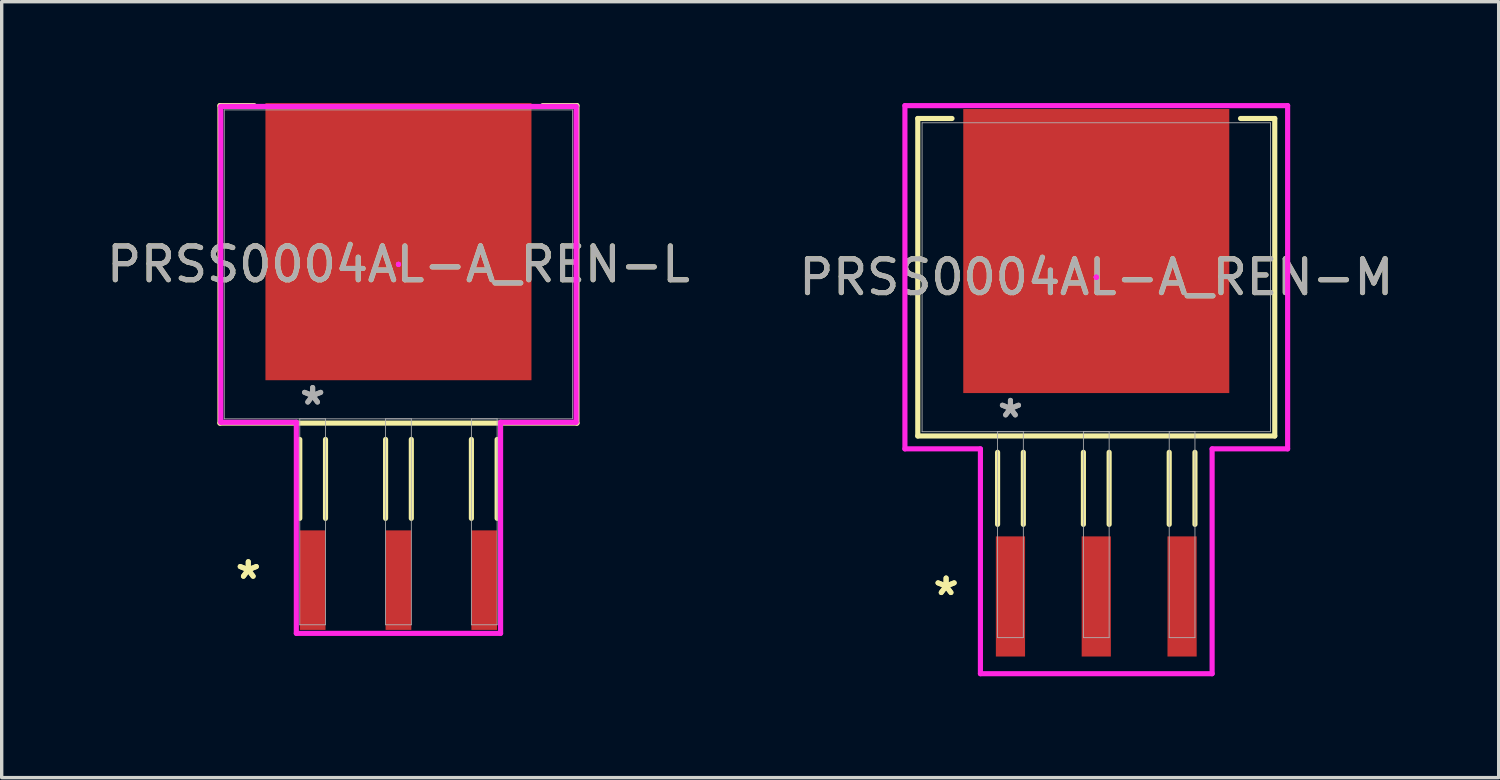
<source format=kicad_pcb>
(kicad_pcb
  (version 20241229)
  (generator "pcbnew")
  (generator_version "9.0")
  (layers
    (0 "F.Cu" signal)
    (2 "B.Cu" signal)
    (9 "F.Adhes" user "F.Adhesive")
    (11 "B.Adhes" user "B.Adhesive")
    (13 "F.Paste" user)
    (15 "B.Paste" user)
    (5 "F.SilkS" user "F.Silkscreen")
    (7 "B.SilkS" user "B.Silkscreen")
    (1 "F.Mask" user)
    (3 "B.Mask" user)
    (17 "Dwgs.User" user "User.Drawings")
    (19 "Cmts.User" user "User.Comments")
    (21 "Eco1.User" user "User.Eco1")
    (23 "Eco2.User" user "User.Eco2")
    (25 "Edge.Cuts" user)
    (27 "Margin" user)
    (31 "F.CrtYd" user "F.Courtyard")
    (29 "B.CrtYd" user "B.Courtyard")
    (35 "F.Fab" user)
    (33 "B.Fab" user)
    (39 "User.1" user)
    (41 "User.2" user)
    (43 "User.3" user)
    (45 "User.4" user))
  (footprint "PRSS0004AL-A_REN-M"
    (layer "F.Cu")
    (at 29.399 5.156)
    (property "Reference" "PRSS0004AL-A_REN-M" (at 0 0 0) (unlocked yes) (layer "F.SilkS") (effects (font (size 1 1) (thickness 0.15))))
    (attr smd)
    (fp_line (start -5.283 -4.699) (end -5.283 4.699) (stroke (width 0.152) (type solid)) (layer "F.SilkS"))
    (fp_line (start -5.283 4.699) (end 5.283 4.699) (stroke (width 0.152) (type solid)) (layer "F.SilkS"))
    (fp_line (start -4.27 -4.699) (end -5.283 -4.699) (stroke (width 0.152) (type solid)) (layer "F.SilkS"))
    (fp_line (start -2.921 5.182) (end -2.921 7.315) (stroke (width 0.152) (type solid)) (layer "F.SilkS"))
    (fp_line (start -2.159 5.182) (end -2.159 7.315) (stroke (width 0.152) (type solid)) (layer "F.SilkS"))
    (fp_line (start -0.381 5.182) (end -0.381 7.315) (stroke (width 0.152) (type solid)) (layer "F.SilkS"))
    (fp_line (start 0.381 5.182) (end 0.381 7.315) (stroke (width 0.152) (type solid)) (layer "F.SilkS"))
    (fp_line (start 2.159 5.182) (end 2.159 7.315) (stroke (width 0.152) (type solid)) (layer "F.SilkS"))
    (fp_line (start 2.921 5.182) (end 2.921 7.315) (stroke (width 0.152) (type solid)) (layer "F.SilkS"))
    (fp_line (start 5.283 -4.699) (end 4.27 -4.699) (stroke (width 0.152) (type solid)) (layer "F.SilkS"))
    (fp_line (start 5.283 4.699) (end 5.283 -4.699) (stroke (width 0.152) (type solid)) (layer "F.SilkS"))
    (fp_line (start -5.664 -5.08) (end 5.664 -5.08) (stroke (width 0.152) (type solid)) (layer "F.CrtYd"))
    (fp_line (start -5.664 5.08) (end -5.664 -5.08) (stroke (width 0.152) (type solid)) (layer "F.CrtYd"))
    (fp_line (start -5.664 5.08) (end -3.429 5.08) (stroke (width 0.152) (type solid)) (layer "F.CrtYd"))
    (fp_line (start -3.429 5.08) (end -3.429 11.735) (stroke (width 0.152) (type solid)) (layer "F.CrtYd"))
    (fp_line (start -3.429 11.735) (end 3.429 11.735) (stroke (width 0.152) (type solid)) (layer "F.CrtYd"))
    (fp_line (start 0 0) (end 0 0) (stroke (width 0.152) (type solid)) (layer "F.CrtYd"))
    (fp_line (start 0 0) (end 0 0) (stroke (width 0.152) (type solid)) (layer "F.CrtYd"))
    (fp_line (start 0 0) (end 0 0) (stroke (width 0.152) (type solid)) (layer "F.CrtYd"))
    (fp_line (start 0 0) (end 0 0) (stroke (width 0.152) (type solid)) (layer "F.CrtYd"))
    (fp_line (start 3.429 5.08) (end 3.429 11.735) (stroke (width 0.152) (type solid)) (layer "F.CrtYd"))
    (fp_line (start 5.664 -5.08) (end 5.664 5.08) (stroke (width 0.152) (type solid)) (layer "F.CrtYd"))
    (fp_line (start 5.664 5.08) (end 3.429 5.08) (stroke (width 0.152) (type solid)) (layer "F.CrtYd"))
    (fp_line (start -5.156 -4.572) (end -5.156 4.572) (stroke (width 0.025) (type solid)) (layer "F.Fab"))
    (fp_line (start -5.156 4.572) (end 5.156 4.572) (stroke (width 0.025) (type solid)) (layer "F.Fab"))
    (fp_line (start -2.921 4.572) (end -2.921 10.668) (stroke (width 0.025) (type solid)) (layer "F.Fab"))
    (fp_line (start -2.921 10.668) (end -2.159 10.668) (stroke (width 0.025) (type solid)) (layer "F.Fab"))
    (fp_line (start -2.159 4.572) (end -2.921 4.572) (stroke (width 0.025) (type solid)) (layer "F.Fab"))
    (fp_line (start -2.159 10.668) (end -2.159 4.572) (stroke (width 0.025) (type solid)) (layer "F.Fab"))
    (fp_line (start -0.381 4.572) (end -0.381 10.668) (stroke (width 0.025) (type solid)) (layer "F.Fab"))
    (fp_line (start -0.381 10.668) (end 0.381 10.668) (stroke (width 0.025) (type solid)) (layer "F.Fab"))
    (fp_line (start 0.381 4.572) (end -0.381 4.572) (stroke (width 0.025) (type solid)) (layer "F.Fab"))
    (fp_line (start 0.381 10.668) (end 0.381 4.572) (stroke (width 0.025) (type solid)) (layer "F.Fab"))
    (fp_line (start 2.159 4.572) (end 2.159 10.668) (stroke (width 0.025) (type solid)) (layer "F.Fab"))
    (fp_line (start 2.159 10.668) (end 2.921 10.668) (stroke (width 0.025) (type solid)) (layer "F.Fab"))
    (fp_line (start 2.921 4.572) (end 2.159 4.572) (stroke (width 0.025) (type solid)) (layer "F.Fab"))
    (fp_line (start 2.921 10.668) (end 2.921 4.572) (stroke (width 0.025) (type solid)) (layer "F.Fab"))
    (fp_line (start 5.156 -4.572) (end -5.156 -4.572) (stroke (width 0.025) (type solid)) (layer "F.Fab"))
    (fp_line (start 5.156 4.572) (end 5.156 -4.572) (stroke (width 0.025) (type solid)) (layer "F.Fab"))
    (fp_text user "*" (at -4.445 9.449 0) (unlocked yes) (layer "F.SilkS") (effects (font (size 1 1) (thickness 0.15))))
    (fp_text user "*" (at -4.445 9.449 0) (layer "F.SilkS") (effects (font (size 1 1) (thickness 0.15))))
    (fp_text user "*" (at -2.54 4.191 0) (unlocked yes) (layer "F.Fab") (effects (font (size 1 1) (thickness 0.15))))
    (fp_text user "${REFERENCE}" (at 0 0 0) (unlocked yes) (layer "F.Fab") (effects (font (size 1 1) (thickness 0.15))))
    (fp_text user "*" (at -2.54 4.191 0) (layer "F.Fab") (effects (font (size 1 1) (thickness 0.15))))
    (pad "1" smd rect (at -2.54 9.449) (size 0.864 3.556) (layers "F.Cu" "F.Mask" "F.Paste"))
    (pad "2" smd rect (at 0 9.449) (size 0.864 3.556) (layers "F.Cu" "F.Mask" "F.Paste"))
    (pad "3" smd rect (at 2.54 9.449) (size 0.864 3.556) (layers "F.Cu" "F.Mask" "F.Paste"))
    (pad "4" smd rect (at 0 -0.775) (size 7.874 8.407) (layers "F.Cu" "F.Mask" "F.Paste")))
  (footprint "PRSS0004AL-A_REN-L"
    (layer "F.Cu")
    (at 8.744 4.775)
    (property "Reference" "PRSS0004AL-A_REN-L" (at 0 0 0) (unlocked yes) (layer "F.SilkS") (effects (font (size 1 1) (thickness 0.15))))
    (attr smd)
    (fp_line (start -5.283 -4.699) (end -5.283 4.699) (stroke (width 0.152) (type solid)) (layer "F.SilkS"))
    (fp_line (start -5.283 4.699) (end 5.283 4.699) (stroke (width 0.152) (type solid)) (layer "F.SilkS"))
    (fp_line (start -4.27 -4.699) (end -5.283 -4.699) (stroke (width 0.152) (type solid)) (layer "F.SilkS"))
    (fp_line (start -2.921 5.182) (end -2.921 7.518) (stroke (width 0.152) (type solid)) (layer "F.SilkS"))
    (fp_line (start -2.159 5.182) (end -2.159 7.518) (stroke (width 0.152) (type solid)) (layer "F.SilkS"))
    (fp_line (start -0.381 5.182) (end -0.381 7.518) (stroke (width 0.152) (type solid)) (layer "F.SilkS"))
    (fp_line (start 0.381 5.182) (end 0.381 7.518) (stroke (width 0.152) (type solid)) (layer "F.SilkS"))
    (fp_line (start 2.159 5.182) (end 2.159 7.518) (stroke (width 0.152) (type solid)) (layer "F.SilkS"))
    (fp_line (start 2.921 5.182) (end 2.921 7.518) (stroke (width 0.152) (type solid)) (layer "F.SilkS"))
    (fp_line (start 5.283 -4.699) (end 4.27 -4.699) (stroke (width 0.152) (type solid)) (layer "F.SilkS"))
    (fp_line (start 5.283 4.699) (end 5.283 -4.699) (stroke (width 0.152) (type solid)) (layer "F.SilkS"))
    (fp_line (start -5.258 -4.674) (end 5.258 -4.674) (stroke (width 0.152) (type solid)) (layer "F.CrtYd"))
    (fp_line (start -5.258 4.674) (end -5.258 -4.674) (stroke (width 0.152) (type solid)) (layer "F.CrtYd"))
    (fp_line (start -5.258 4.674) (end -3.023 4.674) (stroke (width 0.152) (type solid)) (layer "F.CrtYd"))
    (fp_line (start -3.023 4.674) (end -3.023 10.922) (stroke (width 0.152) (type solid)) (layer "F.CrtYd"))
    (fp_line (start -3.023 10.922) (end 3.023 10.922) (stroke (width 0.152) (type solid)) (layer "F.CrtYd"))
    (fp_line (start 0 0) (end 0 0) (stroke (width 0.152) (type solid)) (layer "F.CrtYd"))
    (fp_line (start 0 0) (end 0 0) (stroke (width 0.152) (type solid)) (layer "F.CrtYd"))
    (fp_line (start 0 0) (end 0 0) (stroke (width 0.152) (type solid)) (layer "F.CrtYd"))
    (fp_line (start 0 0) (end 0 0) (stroke (width 0.152) (type solid)) (layer "F.CrtYd"))
    (fp_line (start 3.023 4.674) (end 3.023 10.922) (stroke (width 0.152) (type solid)) (layer "F.CrtYd"))
    (fp_line (start 5.258 -4.674) (end 5.258 4.674) (stroke (width 0.152) (type solid)) (layer "F.CrtYd"))
    (fp_line (start 5.258 4.674) (end 3.023 4.674) (stroke (width 0.152) (type solid)) (layer "F.CrtYd"))
    (fp_line (start -5.156 -4.572) (end -5.156 4.572) (stroke (width 0.025) (type solid)) (layer "F.Fab"))
    (fp_line (start -5.156 4.572) (end 5.156 4.572) (stroke (width 0.025) (type solid)) (layer "F.Fab"))
    (fp_line (start -2.921 4.572) (end -2.921 10.668) (stroke (width 0.025) (type solid)) (layer "F.Fab"))
    (fp_line (start -2.921 10.668) (end -2.159 10.668) (stroke (width 0.025) (type solid)) (layer "F.Fab"))
    (fp_line (start -2.159 4.572) (end -2.921 4.572) (stroke (width 0.025) (type solid)) (layer "F.Fab"))
    (fp_line (start -2.159 10.668) (end -2.159 4.572) (stroke (width 0.025) (type solid)) (layer "F.Fab"))
    (fp_line (start -0.381 4.572) (end -0.381 10.668) (stroke (width 0.025) (type solid)) (layer "F.Fab"))
    (fp_line (start -0.381 10.668) (end 0.381 10.668) (stroke (width 0.025) (type solid)) (layer "F.Fab"))
    (fp_line (start 0.381 4.572) (end -0.381 4.572) (stroke (width 0.025) (type solid)) (layer "F.Fab"))
    (fp_line (start 0.381 10.668) (end 0.381 4.572) (stroke (width 0.025) (type solid)) (layer "F.Fab"))
    (fp_line (start 2.159 4.572) (end 2.159 10.668) (stroke (width 0.025) (type solid)) (layer "F.Fab"))
    (fp_line (start 2.159 10.668) (end 2.921 10.668) (stroke (width 0.025) (type solid)) (layer "F.Fab"))
    (fp_line (start 2.921 4.572) (end 2.159 4.572) (stroke (width 0.025) (type solid)) (layer "F.Fab"))
    (fp_line (start 2.921 10.668) (end 2.921 4.572) (stroke (width 0.025) (type solid)) (layer "F.Fab"))
    (fp_line (start 5.156 -4.572) (end -5.156 -4.572) (stroke (width 0.025) (type solid)) (layer "F.Fab"))
    (fp_line (start 5.156 4.572) (end 5.156 -4.572) (stroke (width 0.025) (type solid)) (layer "F.Fab"))
    (fp_text user "*" (at -4.445 9.347 0) (layer "F.SilkS") (effects (font (size 1 1) (thickness 0.15))))
    (fp_text user "*" (at -4.445 9.347 0) (unlocked yes) (layer "F.SilkS") (effects (font (size 1 1) (thickness 0.15))))
    (fp_text user "${REFERENCE}" (at 0 0 0) (unlocked yes) (layer "F.Fab") (effects (font (size 1 1) (thickness 0.15))))
    (fp_text user "*" (at -2.54 4.191 0) (unlocked yes) (layer "F.Fab") (effects (font (size 1 1) (thickness 0.15))))
    (fp_text user "*" (at -2.54 4.191 0) (layer "F.Fab") (effects (font (size 1 1) (thickness 0.15))))
    (pad "1" smd rect (at -2.54 9.347) (size 0.762 2.946) (layers "F.Cu" "F.Mask" "F.Paste"))
    (pad "2" smd rect (at 0 9.347) (size 0.762 2.946) (layers "F.Cu" "F.Mask" "F.Paste"))
    (pad "3" smd rect (at 2.54 9.347) (size 0.762 2.946) (layers "F.Cu" "F.Mask" "F.Paste"))
    (pad "4" smd rect (at 0 -0.673) (size 7.874 8.204) (layers "F.Cu" "F.Mask" "F.Paste")))
  (gr_rect
    (start -3 -3)
    (end 41.31 19.967)
    (stroke (width 0.1) (type default))
    (fill no)
    (layer "Edge.Cuts")))
</source>
